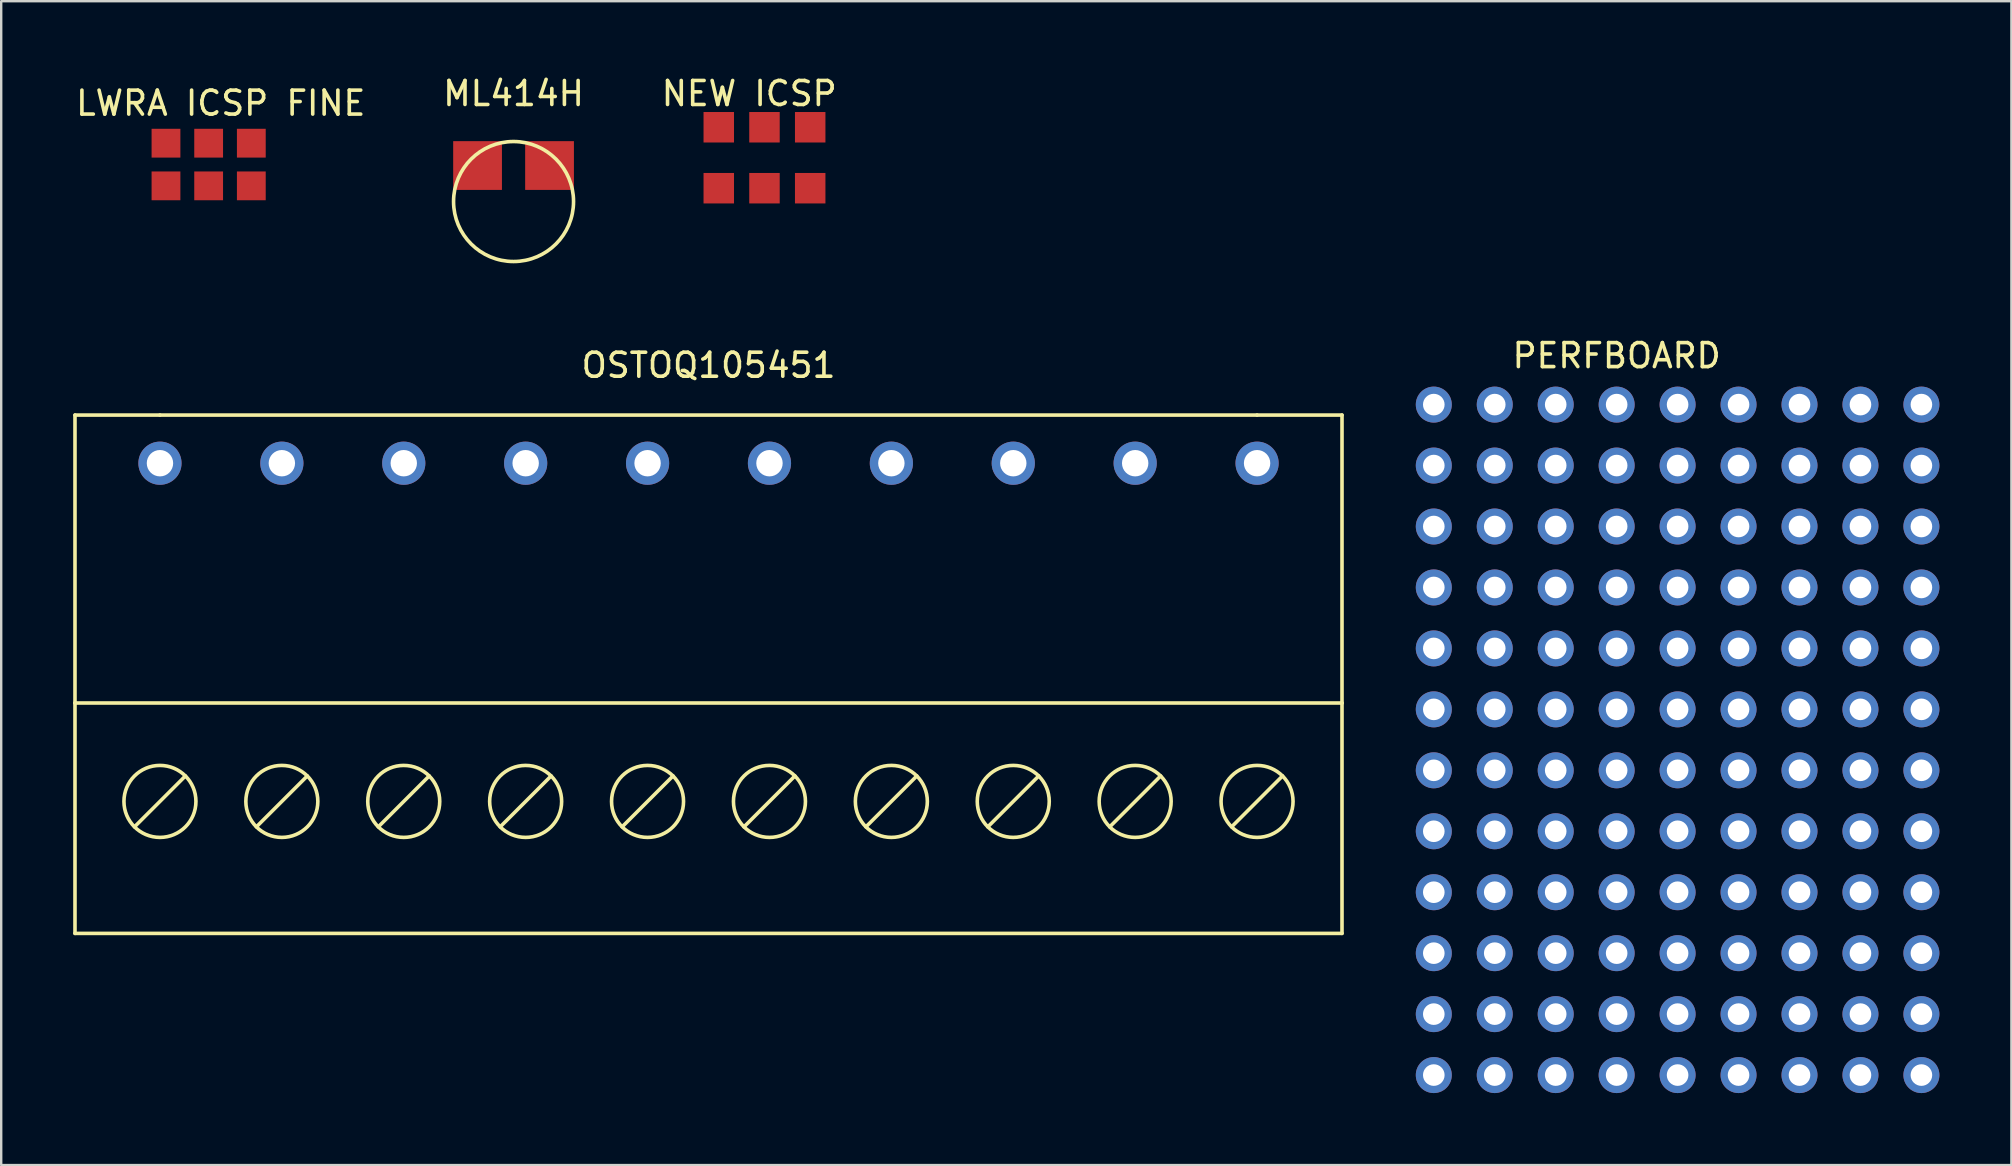
<source format=kicad_pcb>
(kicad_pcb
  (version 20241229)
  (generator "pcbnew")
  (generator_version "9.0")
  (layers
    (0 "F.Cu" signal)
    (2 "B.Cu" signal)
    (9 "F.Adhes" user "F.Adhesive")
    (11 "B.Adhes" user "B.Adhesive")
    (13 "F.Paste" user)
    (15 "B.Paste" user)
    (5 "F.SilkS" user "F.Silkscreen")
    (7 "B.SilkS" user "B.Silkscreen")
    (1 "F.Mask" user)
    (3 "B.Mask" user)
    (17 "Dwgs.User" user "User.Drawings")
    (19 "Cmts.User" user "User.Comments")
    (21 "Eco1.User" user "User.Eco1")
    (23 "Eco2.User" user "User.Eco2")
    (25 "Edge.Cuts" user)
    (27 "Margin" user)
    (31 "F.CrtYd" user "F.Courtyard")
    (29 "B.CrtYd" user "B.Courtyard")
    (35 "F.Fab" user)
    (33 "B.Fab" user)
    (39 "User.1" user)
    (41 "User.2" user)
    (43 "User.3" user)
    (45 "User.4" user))
  (footprint "LWRA ICSP FINE"
    (layer "F.Cu")
    (at 5.899 0.25)
    (property "Reference" "LWRA ICSP FINE" (at 0.25 1 0) (layer "F.SilkS") (effects (font (size 1 1) (thickness 0.15))))
    (attr through_hole)
    (pad "1" connect rect (at -2.032 2.667) (size 1.2 1.2) (layers "F.Cu" "F.Mask"))
    (pad "2" connect rect (at -0.254 2.667) (size 1.2 1.2) (layers "F.Cu" "F.Mask"))
    (pad "3" connect rect (at 1.524 2.667) (size 1.2 1.2) (layers "F.Cu" "F.Mask"))
    (pad "4" connect rect (at -2.032 4.445) (size 1.2 1.2) (layers "F.Cu" "F.Mask"))
    (pad "5" connect rect (at -0.254 4.445) (size 1.2 1.2) (layers "F.Cu" "F.Mask"))
    (pad "6" connect rect (at 1.524 4.445) (size 1.2 1.2) (layers "F.Cu" "F.Mask")))
  (footprint "PERFBOARD"
    (layer "F.Cu")
    (at 64.32 11.271)
    (property "Reference" "PERFBOARD" (at 0 0.5 0) (layer "F.SilkS") (effects (font (size 1 1) (thickness 0.15))))
    (attr through_hole)
    (pad "1" thru_hole circle (at -7.62 2.54) (size 1.5 1.5) (drill 0.9) (layers "*.Cu" "*.Mask"))
    (pad "1" thru_hole circle (at -7.62 5.08) (size 1.5 1.5) (drill 0.9) (layers "*.Cu" "*.Mask"))
    (pad "1" thru_hole circle (at -7.62 7.62) (size 1.5 1.5) (drill 0.9) (layers "*.Cu" "*.Mask"))
    (pad "1" thru_hole circle (at -7.62 10.16) (size 1.5 1.5) (drill 0.9) (layers "*.Cu" "*.Mask"))
    (pad "1" thru_hole circle (at -7.62 12.7) (size 1.5 1.5) (drill 0.9) (layers "*.Cu" "*.Mask"))
    (pad "1" thru_hole circle (at -7.62 15.24) (size 1.5 1.5) (drill 0.9) (layers "*.Cu" "*.Mask"))
    (pad "1" thru_hole circle (at -7.62 17.78) (size 1.5 1.5) (drill 0.9) (layers "*.Cu" "*.Mask"))
    (pad "1" thru_hole circle (at -7.62 20.32) (size 1.5 1.5) (drill 0.9) (layers "*.Cu" "*.Mask"))
    (pad "1" thru_hole circle (at -7.62 22.86) (size 1.5 1.5) (drill 0.9) (layers "*.Cu" "*.Mask"))
    (pad "1" thru_hole circle (at -7.62 25.4) (size 1.5 1.5) (drill 0.9) (layers "*.Cu" "*.Mask"))
    (pad "1" thru_hole circle (at -7.62 27.94) (size 1.5 1.5) (drill 0.9) (layers "*.Cu" "*.Mask"))
    (pad "1" thru_hole circle (at -7.62 30.48) (size 1.5 1.5) (drill 0.9) (layers "*.Cu" "*.Mask"))
    (pad "1" thru_hole circle (at -5.08 2.54) (size 1.5 1.5) (drill 0.9) (layers "*.Cu" "*.Mask"))
    (pad "1" thru_hole circle (at -5.08 5.08) (size 1.5 1.5) (drill 0.9) (layers "*.Cu" "*.Mask"))
    (pad "1" thru_hole circle (at -5.08 7.62) (size 1.5 1.5) (drill 0.9) (layers "*.Cu" "*.Mask"))
    (pad "1" thru_hole circle (at -5.08 10.16) (size 1.5 1.5) (drill 0.9) (layers "*.Cu" "*.Mask"))
    (pad "1" thru_hole circle (at -5.08 12.7) (size 1.5 1.5) (drill 0.9) (layers "*.Cu" "*.Mask"))
    (pad "1" thru_hole circle (at -5.08 15.24) (size 1.5 1.5) (drill 0.9) (layers "*.Cu" "*.Mask"))
    (pad "1" thru_hole circle (at -5.08 17.78) (size 1.5 1.5) (drill 0.9) (layers "*.Cu" "*.Mask"))
    (pad "1" thru_hole circle (at -5.08 20.32) (size 1.5 1.5) (drill 0.9) (layers "*.Cu" "*.Mask"))
    (pad "1" thru_hole circle (at -5.08 22.86) (size 1.5 1.5) (drill 0.9) (layers "*.Cu" "*.Mask"))
    (pad "1" thru_hole circle (at -5.08 25.4) (size 1.5 1.5) (drill 0.9) (layers "*.Cu" "*.Mask"))
    (pad "1" thru_hole circle (at -5.08 27.94) (size 1.5 1.5) (drill 0.9) (layers "*.Cu" "*.Mask"))
    (pad "1" thru_hole circle (at -5.08 30.48) (size 1.5 1.5) (drill 0.9) (layers "*.Cu" "*.Mask"))
    (pad "1" thru_hole circle (at -2.54 2.54) (size 1.5 1.5) (drill 0.9) (layers "*.Cu" "*.Mask"))
    (pad "1" thru_hole circle (at -2.54 5.08) (size 1.5 1.5) (drill 0.9) (layers "*.Cu" "*.Mask"))
    (pad "1" thru_hole circle (at -2.54 7.62) (size 1.5 1.5) (drill 0.9) (layers "*.Cu" "*.Mask"))
    (pad "1" thru_hole circle (at -2.54 10.16) (size 1.5 1.5) (drill 0.9) (layers "*.Cu" "*.Mask"))
    (pad "1" thru_hole circle (at -2.54 12.7) (size 1.5 1.5) (drill 0.9) (layers "*.Cu" "*.Mask"))
    (pad "1" thru_hole circle (at -2.54 15.24) (size 1.5 1.5) (drill 0.9) (layers "*.Cu" "*.Mask"))
    (pad "1" thru_hole circle (at -2.54 17.78) (size 1.5 1.5) (drill 0.9) (layers "*.Cu" "*.Mask"))
    (pad "1" thru_hole circle (at -2.54 20.32) (size 1.5 1.5) (drill 0.9) (layers "*.Cu" "*.Mask"))
    (pad "1" thru_hole circle (at -2.54 22.86) (size 1.5 1.5) (drill 0.9) (layers "*.Cu" "*.Mask"))
    (pad "1" thru_hole circle (at -2.54 25.4) (size 1.5 1.5) (drill 0.9) (layers "*.Cu" "*.Mask"))
    (pad "1" thru_hole circle (at -2.54 27.94) (size 1.5 1.5) (drill 0.9) (layers "*.Cu" "*.Mask"))
    (pad "1" thru_hole circle (at -2.54 30.48) (size 1.5 1.5) (drill 0.9) (layers "*.Cu" "*.Mask"))
    (pad "1" thru_hole circle (at 0 2.54) (size 1.5 1.5) (drill 0.9) (layers "*.Cu" "*.Mask"))
    (pad "1" thru_hole circle (at 0 5.08) (size 1.5 1.5) (drill 0.9) (layers "*.Cu" "*.Mask"))
    (pad "1" thru_hole circle (at 0 7.62) (size 1.5 1.5) (drill 0.9) (layers "*.Cu" "*.Mask"))
    (pad "1" thru_hole circle (at 0 10.16) (size 1.5 1.5) (drill 0.9) (layers "*.Cu" "*.Mask"))
    (pad "1" thru_hole circle (at 0 12.7) (size 1.5 1.5) (drill 0.9) (layers "*.Cu" "*.Mask"))
    (pad "1" thru_hole circle (at 0 15.24) (size 1.5 1.5) (drill 0.9) (layers "*.Cu" "*.Mask"))
    (pad "1" thru_hole circle (at 0 17.78) (size 1.5 1.5) (drill 0.9) (layers "*.Cu" "*.Mask"))
    (pad "1" thru_hole circle (at 0 20.32) (size 1.5 1.5) (drill 0.9) (layers "*.Cu" "*.Mask"))
    (pad "1" thru_hole circle (at 0 22.86) (size 1.5 1.5) (drill 0.9) (layers "*.Cu" "*.Mask"))
    (pad "1" thru_hole circle (at 0 25.4) (size 1.5 1.5) (drill 0.9) (layers "*.Cu" "*.Mask"))
    (pad "1" thru_hole circle (at 0 27.94) (size 1.5 1.5) (drill 0.9) (layers "*.Cu" "*.Mask"))
    (pad "1" thru_hole circle (at 0 30.48) (size 1.5 1.5) (drill 0.9) (layers "*.Cu" "*.Mask"))
    (pad "1" thru_hole circle (at 2.54 2.54) (size 1.5 1.5) (drill 0.9) (layers "*.Cu" "*.Mask"))
    (pad "1" thru_hole circle (at 2.54 5.08) (size 1.5 1.5) (drill 0.9) (layers "*.Cu" "*.Mask"))
    (pad "1" thru_hole circle (at 2.54 7.62) (size 1.5 1.5) (drill 0.9) (layers "*.Cu" "*.Mask"))
    (pad "1" thru_hole circle (at 2.54 10.16) (size 1.5 1.5) (drill 0.9) (layers "*.Cu" "*.Mask"))
    (pad "1" thru_hole circle (at 2.54 12.7) (size 1.5 1.5) (drill 0.9) (layers "*.Cu" "*.Mask"))
    (pad "1" thru_hole circle (at 2.54 15.24) (size 1.5 1.5) (drill 0.9) (layers "*.Cu" "*.Mask"))
    (pad "1" thru_hole circle (at 2.54 17.78) (size 1.5 1.5) (drill 0.9) (layers "*.Cu" "*.Mask"))
    (pad "1" thru_hole circle (at 2.54 20.32) (size 1.5 1.5) (drill 0.9) (layers "*.Cu" "*.Mask"))
    (pad "1" thru_hole circle (at 2.54 22.86) (size 1.5 1.5) (drill 0.9) (layers "*.Cu" "*.Mask"))
    (pad "1" thru_hole circle (at 2.54 25.4) (size 1.5 1.5) (drill 0.9) (layers "*.Cu" "*.Mask"))
    (pad "1" thru_hole circle (at 2.54 27.94) (size 1.5 1.5) (drill 0.9) (layers "*.Cu" "*.Mask"))
    (pad "1" thru_hole circle (at 2.54 30.48) (size 1.5 1.5) (drill 0.9) (layers "*.Cu" "*.Mask"))
    (pad "1" thru_hole circle (at 5.08 2.54) (size 1.5 1.5) (drill 0.9) (layers "*.Cu" "*.Mask"))
    (pad "1" thru_hole circle (at 5.08 5.08) (size 1.5 1.5) (drill 0.9) (layers "*.Cu" "*.Mask"))
    (pad "1" thru_hole circle (at 5.08 7.62) (size 1.5 1.5) (drill 0.9) (layers "*.Cu" "*.Mask"))
    (pad "1" thru_hole circle (at 5.08 10.16) (size 1.5 1.5) (drill 0.9) (layers "*.Cu" "*.Mask"))
    (pad "1" thru_hole circle (at 5.08 12.7) (size 1.5 1.5) (drill 0.9) (layers "*.Cu" "*.Mask"))
    (pad "1" thru_hole circle (at 5.08 15.24) (size 1.5 1.5) (drill 0.9) (layers "*.Cu" "*.Mask"))
    (pad "1" thru_hole circle (at 5.08 17.78) (size 1.5 1.5) (drill 0.9) (layers "*.Cu" "*.Mask"))
    (pad "1" thru_hole circle (at 5.08 20.32) (size 1.5 1.5) (drill 0.9) (layers "*.Cu" "*.Mask"))
    (pad "1" thru_hole circle (at 5.08 22.86) (size 1.5 1.5) (drill 0.9) (layers "*.Cu" "*.Mask"))
    (pad "1" thru_hole circle (at 5.08 25.4) (size 1.5 1.5) (drill 0.9) (layers "*.Cu" "*.Mask"))
    (pad "1" thru_hole circle (at 5.08 27.94) (size 1.5 1.5) (drill 0.9) (layers "*.Cu" "*.Mask"))
    (pad "1" thru_hole circle (at 5.08 30.48) (size 1.5 1.5) (drill 0.9) (layers "*.Cu" "*.Mask"))
    (pad "1" thru_hole circle (at 7.62 2.54) (size 1.5 1.5) (drill 0.9) (layers "*.Cu" "*.Mask"))
    (pad "1" thru_hole circle (at 7.62 5.08) (size 1.5 1.5) (drill 0.9) (layers "*.Cu" "*.Mask"))
    (pad "1" thru_hole circle (at 7.62 7.62) (size 1.5 1.5) (drill 0.9) (layers "*.Cu" "*.Mask"))
    (pad "1" thru_hole circle (at 7.62 10.16) (size 1.5 1.5) (drill 0.9) (layers "*.Cu" "*.Mask"))
    (pad "1" thru_hole circle (at 7.62 12.7) (size 1.5 1.5) (drill 0.9) (layers "*.Cu" "*.Mask"))
    (pad "1" thru_hole circle (at 7.62 15.24) (size 1.5 1.5) (drill 0.9) (layers "*.Cu" "*.Mask"))
    (pad "1" thru_hole circle (at 7.62 17.78) (size 1.5 1.5) (drill 0.9) (layers "*.Cu" "*.Mask"))
    (pad "1" thru_hole circle (at 7.62 20.32) (size 1.5 1.5) (drill 0.9) (layers "*.Cu" "*.Mask"))
    (pad "1" thru_hole circle (at 7.62 22.86) (size 1.5 1.5) (drill 0.9) (layers "*.Cu" "*.Mask"))
    (pad "1" thru_hole circle (at 7.62 25.4) (size 1.5 1.5) (drill 0.9) (layers "*.Cu" "*.Mask"))
    (pad "1" thru_hole circle (at 7.62 27.94) (size 1.5 1.5) (drill 0.9) (layers "*.Cu" "*.Mask"))
    (pad "1" thru_hole circle (at 7.62 30.48) (size 1.5 1.5) (drill 0.9) (layers "*.Cu" "*.Mask"))
    (pad "1" thru_hole circle (at 10.16 2.54) (size 1.5 1.5) (drill 0.9) (layers "*.Cu" "*.Mask"))
    (pad "1" thru_hole circle (at 10.16 5.08) (size 1.5 1.5) (drill 0.9) (layers "*.Cu" "*.Mask"))
    (pad "1" thru_hole circle (at 10.16 7.62) (size 1.5 1.5) (drill 0.9) (layers "*.Cu" "*.Mask"))
    (pad "1" thru_hole circle (at 10.16 10.16) (size 1.5 1.5) (drill 0.9) (layers "*.Cu" "*.Mask"))
    (pad "1" thru_hole circle (at 10.16 12.7) (size 1.5 1.5) (drill 0.9) (layers "*.Cu" "*.Mask"))
    (pad "1" thru_hole circle (at 10.16 15.24) (size 1.5 1.5) (drill 0.9) (layers "*.Cu" "*.Mask"))
    (pad "1" thru_hole circle (at 10.16 17.78) (size 1.5 1.5) (drill 0.9) (layers "*.Cu" "*.Mask"))
    (pad "1" thru_hole circle (at 10.16 20.32) (size 1.5 1.5) (drill 0.9) (layers "*.Cu" "*.Mask"))
    (pad "1" thru_hole circle (at 10.16 22.86) (size 1.5 1.5) (drill 0.9) (layers "*.Cu" "*.Mask"))
    (pad "1" thru_hole circle (at 10.16 25.4) (size 1.5 1.5) (drill 0.9) (layers "*.Cu" "*.Mask"))
    (pad "1" thru_hole circle (at 10.16 27.94) (size 1.5 1.5) (drill 0.9) (layers "*.Cu" "*.Mask"))
    (pad "1" thru_hole circle (at 10.16 30.48) (size 1.5 1.5) (drill 0.9) (layers "*.Cu" "*.Mask"))
    (pad "1" thru_hole circle (at 12.7 2.54) (size 1.5 1.5) (drill 0.9) (layers "*.Cu" "*.Mask"))
    (pad "1" thru_hole circle (at 12.7 5.08) (size 1.5 1.5) (drill 0.9) (layers "*.Cu" "*.Mask"))
    (pad "1" thru_hole circle (at 12.7 7.62) (size 1.5 1.5) (drill 0.9) (layers "*.Cu" "*.Mask"))
    (pad "1" thru_hole circle (at 12.7 10.16) (size 1.5 1.5) (drill 0.9) (layers "*.Cu" "*.Mask"))
    (pad "1" thru_hole circle (at 12.7 12.7) (size 1.5 1.5) (drill 0.9) (layers "*.Cu" "*.Mask"))
    (pad "1" thru_hole circle (at 12.7 15.24) (size 1.5 1.5) (drill 0.9) (layers "*.Cu" "*.Mask"))
    (pad "1" thru_hole circle (at 12.7 17.78) (size 1.5 1.5) (drill 0.9) (layers "*.Cu" "*.Mask"))
    (pad "1" thru_hole circle (at 12.7 20.32) (size 1.5 1.5) (drill 0.9) (layers "*.Cu" "*.Mask"))
    (pad "1" thru_hole circle (at 12.7 22.86) (size 1.5 1.5) (drill 0.9) (layers "*.Cu" "*.Mask"))
    (pad "1" thru_hole circle (at 12.7 25.4) (size 1.5 1.5) (drill 0.9) (layers "*.Cu" "*.Mask"))
    (pad "1" thru_hole circle (at 12.7 27.94) (size 1.5 1.5) (drill 0.9) (layers "*.Cu" "*.Mask"))
    (pad "1" thru_hole circle (at 12.7 30.48) (size 1.5 1.5) (drill 0.9) (layers "*.Cu" "*.Mask")))
  (footprint "OSTOQ105451"
    (layer "F.Cu")
    (at 26.476 11.173)
    (property "Reference" "OSTOQ105451" (at 0 1 0) (layer "F.SilkS") (effects (font (size 1 1) (thickness 0.15))))
    (attr through_hole)
    (fp_line (start -26.401 3.074) (end -26.401 15.074) (stroke (width 0.15) (type solid)) (layer "F.SilkS"))
    (fp_line (start -26.401 15.074) (end -26.401 24.674) (stroke (width 0.15) (type solid)) (layer "F.SilkS"))
    (fp_line (start -22.861 3.074) (end -26.401 3.074) (stroke (width 0.15) (type solid)) (layer "F.SilkS"))
    (fp_line (start -22.861 3.074) (end 22.859 3.074) (stroke (width 0.15) (type solid)) (layer "F.SilkS"))
    (fp_line (start -21.8 18.113) (end -23.921 20.234) (stroke (width 0.15) (type solid)) (layer "F.SilkS"))
    (fp_line (start -18.841 20.234) (end -16.72 18.113) (stroke (width 0.15) (type solid)) (layer "F.SilkS"))
    (fp_line (start -13.761 20.234) (end -11.64 18.113) (stroke (width 0.15) (type solid)) (layer "F.SilkS"))
    (fp_line (start -8.681 20.234) (end -6.56 18.113) (stroke (width 0.15) (type solid)) (layer "F.SilkS"))
    (fp_line (start -3.601 20.234) (end -1.48 18.113) (stroke (width 0.15) (type solid)) (layer "F.SilkS"))
    (fp_line (start 1.479 20.234) (end 3.6 18.113) (stroke (width 0.15) (type solid)) (layer "F.SilkS"))
    (fp_line (start 6.559 20.234) (end 8.68 18.113) (stroke (width 0.15) (type solid)) (layer "F.SilkS"))
    (fp_line (start 11.639 20.234) (end 13.76 18.113) (stroke (width 0.15) (type solid)) (layer "F.SilkS"))
    (fp_line (start 16.719 20.234) (end 18.84 18.113) (stroke (width 0.15) (type solid)) (layer "F.SilkS"))
    (fp_line (start 21.799 20.234) (end 23.92 18.113) (stroke (width 0.15) (type solid)) (layer "F.SilkS"))
    (fp_line (start 22.859 3.074) (end 26.399 3.074) (stroke (width 0.15) (type solid)) (layer "F.SilkS"))
    (fp_line (start 26.399 3.074) (end 26.399 15.074) (stroke (width 0.15) (type solid)) (layer "F.SilkS"))
    (fp_line (start 26.399 15.074) (end -26.401 15.074) (stroke (width 0.15) (type solid)) (layer "F.SilkS"))
    (fp_line (start 26.399 15.074) (end 26.399 24.674) (stroke (width 0.15) (type solid)) (layer "F.SilkS"))
    (fp_line (start 26.399 24.674) (end -26.401 24.674) (stroke (width 0.15) (type solid)) (layer "F.SilkS"))
    (fp_circle (center -22.861 19.174) (end -21.361 19.174) (stroke (width 0.15) (type solid)) (fill no) (layer "F.SilkS"))
    (fp_circle (center -17.781 19.174) (end -16.281 19.174) (stroke (width 0.15) (type solid)) (fill no) (layer "F.SilkS"))
    (fp_circle (center -12.701 19.174) (end -11.201 19.174) (stroke (width 0.15) (type solid)) (fill no) (layer "F.SilkS"))
    (fp_circle (center -7.621 19.174) (end -6.121 19.174) (stroke (width 0.15) (type solid)) (fill no) (layer "F.SilkS"))
    (fp_circle (center -2.541 19.174) (end -1.041 19.174) (stroke (width 0.15) (type solid)) (fill no) (layer "F.SilkS"))
    (fp_circle (center 2.539 19.174) (end 4.039 19.174) (stroke (width 0.15) (type solid)) (fill no) (layer "F.SilkS"))
    (fp_circle (center 7.619 19.174) (end 9.119 19.174) (stroke (width 0.15) (type solid)) (fill no) (layer "F.SilkS"))
    (fp_circle (center 12.699 19.174) (end 14.199 19.174) (stroke (width 0.15) (type solid)) (fill no) (layer "F.SilkS"))
    (fp_circle (center 17.779 19.174) (end 19.279 19.174) (stroke (width 0.15) (type solid)) (fill no) (layer "F.SilkS"))
    (fp_circle (center 22.859 19.174) (end 24.359 19.174) (stroke (width 0.15) (type solid)) (fill no) (layer "F.SilkS"))
    (pad "1" thru_hole circle (at -22.86 5.08) (size 1.8 1.8) (drill 1.1) (layers "*.Cu" "*.Mask"))
    (pad "2" thru_hole circle (at -17.78 5.08) (size 1.8 1.8) (drill 1.1) (layers "*.Cu" "*.Mask"))
    (pad "3" thru_hole circle (at -12.7 5.08) (size 1.8 1.8) (drill 1.1) (layers "*.Cu" "*.Mask"))
    (pad "4" thru_hole circle (at -7.62 5.08) (size 1.8 1.8) (drill 1.1) (layers "*.Cu" "*.Mask"))
    (pad "5" thru_hole circle (at -2.54 5.08) (size 1.8 1.8) (drill 1.1) (layers "*.Cu" "*.Mask"))
    (pad "6" thru_hole circle (at 2.54 5.08) (size 1.8 1.8) (drill 1.1) (layers "*.Cu" "*.Mask"))
    (pad "7" thru_hole circle (at 7.62 5.08) (size 1.8 1.8) (drill 1.1) (layers "*.Cu" "*.Mask"))
    (pad "8" thru_hole circle (at 12.7 5.08) (size 1.8 1.8) (drill 1.1) (layers "*.Cu" "*.Mask"))
    (pad "9" thru_hole circle (at 17.78 5.08) (size 1.8 1.8) (drill 1.1) (layers "*.Cu" "*.Mask"))
    (pad "10" thru_hole circle (at 22.86 5.08) (size 1.8 1.8) (drill 1.1) (layers "*.Cu" "*.Mask")))
  (footprint "ML414H"
    (layer "F.Cu")
    (at 18.351 0.348)
    (property "Reference" "ML414H" (at 0 0.5 0) (layer "F.SilkS") (effects (font (size 1 1) (thickness 0.15))))
    (attr through_hole)
    (fp_circle (center 0 5) (end 0 2.5) (stroke (width 0.15) (type solid)) (fill no) (layer "F.SilkS"))
    (pad "1" smd rect (at -1.5 3.5) (size 2.032 2.032) (layers "F.Cu" "F.Mask" "F.Paste"))
    (pad "2" smd rect (at 1.5 3.5) (size 2.032 2.032) (layers "F.Cu" "F.Mask" "F.Paste")))
  (footprint "NEW ICSP"
    (layer "F.Cu")
    (at 28.173 0.348)
    (property "Reference" "NEW ICSP" (at 0 0.5 0) (layer "F.SilkS") (effects (font (size 1 1) (thickness 0.15))))
    (attr through_hole)
    (pad "1" connect rect (at -1.27 1.905) (size 1.27 1.27) (layers "F.Cu" "F.Mask"))
    (pad "1" connect rect (at -1.27 4.445) (size 1.27 1.27) (layers "F.Cu" "F.Mask"))
    (pad "1" connect rect (at 0.635 1.905) (size 1.27 1.27) (layers "F.Cu" "F.Mask"))
    (pad "1" connect rect (at 0.635 4.445) (size 1.27 1.27) (layers "F.Cu" "F.Mask"))
    (pad "1" connect rect (at 2.54 1.905) (size 1.27 1.27) (layers "F.Cu" "F.Mask"))
    (pad "1" connect rect (at 2.54 4.445) (size 1.27 1.27) (layers "F.Cu" "F.Mask")))
  (gr_rect
    (start -3 -3)
    (end 80.77 45.502)
    (stroke (width 0.1) (type default))
    (fill no)
    (layer "Edge.Cuts")))
</source>
